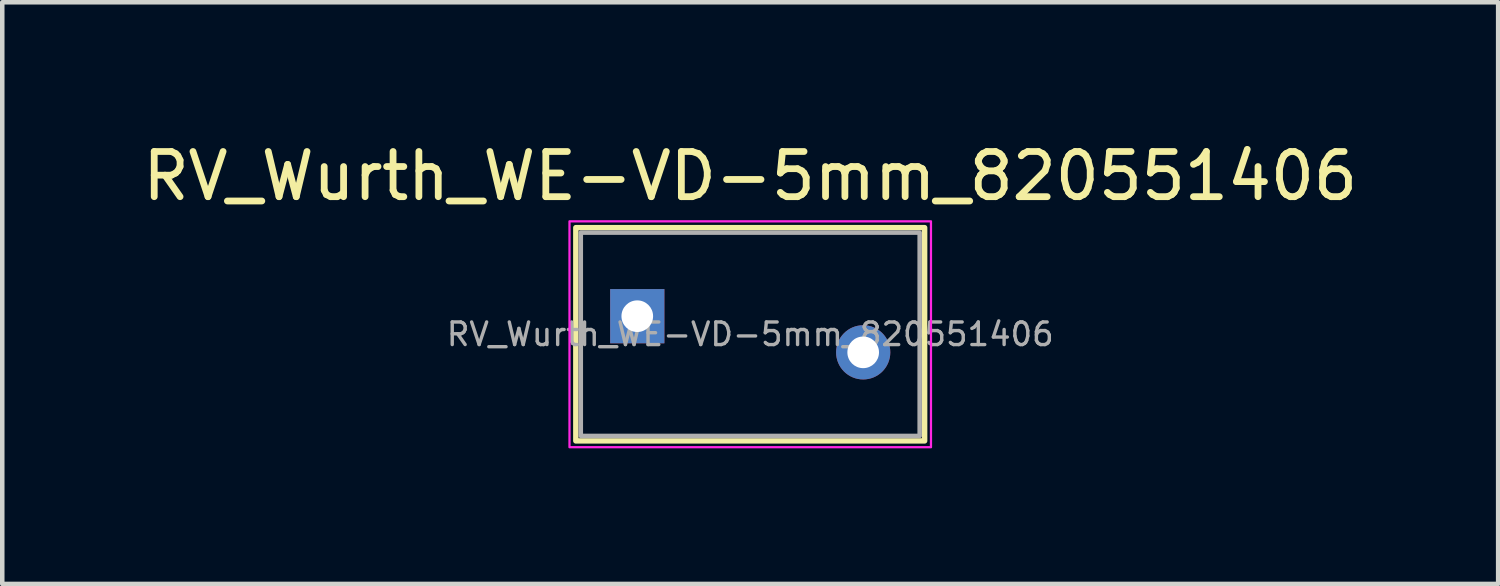
<source format=kicad_pcb>
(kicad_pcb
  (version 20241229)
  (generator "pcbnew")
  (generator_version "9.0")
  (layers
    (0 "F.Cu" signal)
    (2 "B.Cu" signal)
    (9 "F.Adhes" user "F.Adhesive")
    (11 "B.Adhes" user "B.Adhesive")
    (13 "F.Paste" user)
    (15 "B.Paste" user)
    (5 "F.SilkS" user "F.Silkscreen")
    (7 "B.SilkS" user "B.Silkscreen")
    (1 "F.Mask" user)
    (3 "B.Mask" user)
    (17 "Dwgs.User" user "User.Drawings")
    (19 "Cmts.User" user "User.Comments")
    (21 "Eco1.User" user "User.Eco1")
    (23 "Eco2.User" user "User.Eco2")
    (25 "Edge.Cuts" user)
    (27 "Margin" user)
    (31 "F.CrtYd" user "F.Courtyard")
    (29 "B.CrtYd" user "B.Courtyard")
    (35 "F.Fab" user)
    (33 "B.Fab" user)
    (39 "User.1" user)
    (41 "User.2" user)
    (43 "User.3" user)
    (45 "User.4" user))
  (footprint "RV_Wurth_WE-VD-5mm_820551406"
    (layer "F.Cu")
    (at 11.054 3.948)
    (property "Reference" "RV_Wurth_WE-VD-5mm_820551406" (at 2.5 -3.1 0) (unlocked yes) (layer "F.SilkS") (effects (font (size 1 1) (thickness 0.15))))
    (attr through_hole)
    (fp_rect (start -1.36 -1.96) (end 6.36 2.76) (stroke (width 0.12) (type solid)) (fill no) (layer "F.SilkS"))
    (fp_rect (start -1.5 -2.1) (end 6.5 2.9) (stroke (width 0.05) (type solid)) (fill no) (layer "F.CrtYd"))
    (fp_rect (start -1.25 -1.85) (end 6.25 2.65) (stroke (width 0.1) (type solid)) (fill no) (layer "F.Fab"))
    (fp_text user "${REFERENCE}" (at 2.5 0.4 0) (unlocked yes) (layer "F.Fab") (effects (font (size 0.5 0.5) (thickness 0.075))))
    (pad "1" thru_hole rect (at 0 0) (size 1.2 1.2) (drill 0.7) (layers "*.Cu" "*.Mask"))
    (pad "2" thru_hole circle (at 5 0.8) (size 1.2 1.2) (drill 0.7) (layers "*.Cu" "*.Mask")))
  (gr_rect
    (start -3 -3)
    (end 30.107 9.873)
    (stroke (width 0.1) (type default))
    (fill no)
    (layer "Edge.Cuts")))
</source>
